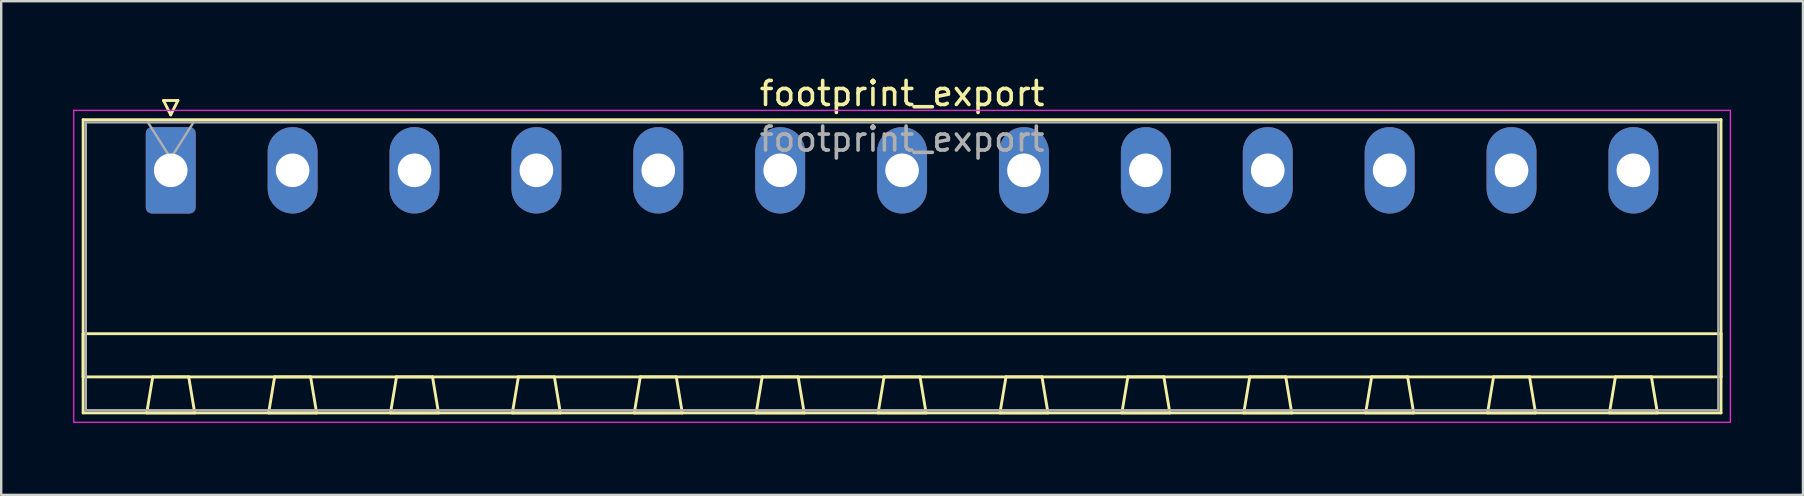
<source format=kicad_pcb>
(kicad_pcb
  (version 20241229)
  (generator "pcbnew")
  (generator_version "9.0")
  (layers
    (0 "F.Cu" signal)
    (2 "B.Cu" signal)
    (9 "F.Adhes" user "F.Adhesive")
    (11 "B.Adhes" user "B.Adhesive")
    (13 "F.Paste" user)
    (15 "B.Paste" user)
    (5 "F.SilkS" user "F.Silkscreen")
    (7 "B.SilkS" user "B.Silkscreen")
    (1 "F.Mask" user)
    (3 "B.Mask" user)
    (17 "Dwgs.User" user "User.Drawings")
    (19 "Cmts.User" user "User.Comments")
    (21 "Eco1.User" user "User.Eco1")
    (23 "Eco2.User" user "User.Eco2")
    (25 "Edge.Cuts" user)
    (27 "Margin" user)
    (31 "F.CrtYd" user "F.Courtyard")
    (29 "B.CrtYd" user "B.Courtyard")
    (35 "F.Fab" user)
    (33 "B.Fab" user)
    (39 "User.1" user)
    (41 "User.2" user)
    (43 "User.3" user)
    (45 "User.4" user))
  (footprint "footprint_export"
    (layer "F.Cu")
    (at 4.065 4.048)
    (property "Reference" "footprint_export" (at 30.48 -3.2 0) (layer "F.SilkS") (effects (font (size 1 1) (thickness 0.15))))
    (attr through_hole)
    (fp_line (start -3.65 -2.11) (end -3.65 10.11) (stroke (width 0.12) (type solid)) (layer "F.SilkS"))
    (fp_line (start -3.65 6.81) (end 64.61 6.81) (stroke (width 0.12) (type solid)) (layer "F.SilkS"))
    (fp_line (start -3.65 8.61) (end -3.65 6.81) (stroke (width 0.12) (type solid)) (layer "F.SilkS"))
    (fp_line (start -3.65 10.11) (end 64.61 10.11) (stroke (width 0.12) (type solid)) (layer "F.SilkS"))
    (fp_line (start -1 10.11) (end 1 10.11) (stroke (width 0.12) (type solid)) (layer "F.SilkS"))
    (fp_line (start -0.75 8.61) (end -1 10.11) (stroke (width 0.12) (type solid)) (layer "F.SilkS"))
    (fp_line (start -0.3 -2.91) (end 0.3 -2.91) (stroke (width 0.12) (type solid)) (layer "F.SilkS"))
    (fp_line (start 0 -2.31) (end -0.3 -2.91) (stroke (width 0.12) (type solid)) (layer "F.SilkS"))
    (fp_line (start 0.3 -2.91) (end 0 -2.31) (stroke (width 0.12) (type solid)) (layer "F.SilkS"))
    (fp_line (start 0.75 8.61) (end -0.75 8.61) (stroke (width 0.12) (type solid)) (layer "F.SilkS"))
    (fp_line (start 1 10.11) (end 0.75 8.61) (stroke (width 0.12) (type solid)) (layer "F.SilkS"))
    (fp_line (start 4.08 10.11) (end 6.08 10.11) (stroke (width 0.12) (type solid)) (layer "F.SilkS"))
    (fp_line (start 4.33 8.61) (end 4.08 10.11) (stroke (width 0.12) (type solid)) (layer "F.SilkS"))
    (fp_line (start 5.83 8.61) (end 4.33 8.61) (stroke (width 0.12) (type solid)) (layer "F.SilkS"))
    (fp_line (start 6.08 10.11) (end 5.83 8.61) (stroke (width 0.12) (type solid)) (layer "F.SilkS"))
    (fp_line (start 9.16 10.11) (end 11.16 10.11) (stroke (width 0.12) (type solid)) (layer "F.SilkS"))
    (fp_line (start 9.41 8.61) (end 9.16 10.11) (stroke (width 0.12) (type solid)) (layer "F.SilkS"))
    (fp_line (start 10.91 8.61) (end 9.41 8.61) (stroke (width 0.12) (type solid)) (layer "F.SilkS"))
    (fp_line (start 11.16 10.11) (end 10.91 8.61) (stroke (width 0.12) (type solid)) (layer "F.SilkS"))
    (fp_line (start 14.24 10.11) (end 16.24 10.11) (stroke (width 0.12) (type solid)) (layer "F.SilkS"))
    (fp_line (start 14.49 8.61) (end 14.24 10.11) (stroke (width 0.12) (type solid)) (layer "F.SilkS"))
    (fp_line (start 15.99 8.61) (end 14.49 8.61) (stroke (width 0.12) (type solid)) (layer "F.SilkS"))
    (fp_line (start 16.24 10.11) (end 15.99 8.61) (stroke (width 0.12) (type solid)) (layer "F.SilkS"))
    (fp_line (start 19.32 10.11) (end 21.32 10.11) (stroke (width 0.12) (type solid)) (layer "F.SilkS"))
    (fp_line (start 19.57 8.61) (end 19.32 10.11) (stroke (width 0.12) (type solid)) (layer "F.SilkS"))
    (fp_line (start 21.07 8.61) (end 19.57 8.61) (stroke (width 0.12) (type solid)) (layer "F.SilkS"))
    (fp_line (start 21.32 10.11) (end 21.07 8.61) (stroke (width 0.12) (type solid)) (layer "F.SilkS"))
    (fp_line (start 24.4 10.11) (end 26.4 10.11) (stroke (width 0.12) (type solid)) (layer "F.SilkS"))
    (fp_line (start 24.65 8.61) (end 24.4 10.11) (stroke (width 0.12) (type solid)) (layer "F.SilkS"))
    (fp_line (start 26.15 8.61) (end 24.65 8.61) (stroke (width 0.12) (type solid)) (layer "F.SilkS"))
    (fp_line (start 26.4 10.11) (end 26.15 8.61) (stroke (width 0.12) (type solid)) (layer "F.SilkS"))
    (fp_line (start 29.48 10.11) (end 31.48 10.11) (stroke (width 0.12) (type solid)) (layer "F.SilkS"))
    (fp_line (start 29.73 8.61) (end 29.48 10.11) (stroke (width 0.12) (type solid)) (layer "F.SilkS"))
    (fp_line (start 31.23 8.61) (end 29.73 8.61) (stroke (width 0.12) (type solid)) (layer "F.SilkS"))
    (fp_line (start 31.48 10.11) (end 31.23 8.61) (stroke (width 0.12) (type solid)) (layer "F.SilkS"))
    (fp_line (start 34.56 10.11) (end 36.56 10.11) (stroke (width 0.12) (type solid)) (layer "F.SilkS"))
    (fp_line (start 34.81 8.61) (end 34.56 10.11) (stroke (width 0.12) (type solid)) (layer "F.SilkS"))
    (fp_line (start 36.31 8.61) (end 34.81 8.61) (stroke (width 0.12) (type solid)) (layer "F.SilkS"))
    (fp_line (start 36.56 10.11) (end 36.31 8.61) (stroke (width 0.12) (type solid)) (layer "F.SilkS"))
    (fp_line (start 39.64 10.11) (end 41.64 10.11) (stroke (width 0.12) (type solid)) (layer "F.SilkS"))
    (fp_line (start 39.89 8.61) (end 39.64 10.11) (stroke (width 0.12) (type solid)) (layer "F.SilkS"))
    (fp_line (start 41.39 8.61) (end 39.89 8.61) (stroke (width 0.12) (type solid)) (layer "F.SilkS"))
    (fp_line (start 41.64 10.11) (end 41.39 8.61) (stroke (width 0.12) (type solid)) (layer "F.SilkS"))
    (fp_line (start 44.72 10.11) (end 46.72 10.11) (stroke (width 0.12) (type solid)) (layer "F.SilkS"))
    (fp_line (start 44.97 8.61) (end 44.72 10.11) (stroke (width 0.12) (type solid)) (layer "F.SilkS"))
    (fp_line (start 46.47 8.61) (end 44.97 8.61) (stroke (width 0.12) (type solid)) (layer "F.SilkS"))
    (fp_line (start 46.72 10.11) (end 46.47 8.61) (stroke (width 0.12) (type solid)) (layer "F.SilkS"))
    (fp_line (start 49.8 10.11) (end 51.8 10.11) (stroke (width 0.12) (type solid)) (layer "F.SilkS"))
    (fp_line (start 50.05 8.61) (end 49.8 10.11) (stroke (width 0.12) (type solid)) (layer "F.SilkS"))
    (fp_line (start 51.55 8.61) (end 50.05 8.61) (stroke (width 0.12) (type solid)) (layer "F.SilkS"))
    (fp_line (start 51.8 10.11) (end 51.55 8.61) (stroke (width 0.12) (type solid)) (layer "F.SilkS"))
    (fp_line (start 54.88 10.11) (end 56.88 10.11) (stroke (width 0.12) (type solid)) (layer "F.SilkS"))
    (fp_line (start 55.13 8.61) (end 54.88 10.11) (stroke (width 0.12) (type solid)) (layer "F.SilkS"))
    (fp_line (start 56.63 8.61) (end 55.13 8.61) (stroke (width 0.12) (type solid)) (layer "F.SilkS"))
    (fp_line (start 56.88 10.11) (end 56.63 8.61) (stroke (width 0.12) (type solid)) (layer "F.SilkS"))
    (fp_line (start 59.96 10.11) (end 61.96 10.11) (stroke (width 0.12) (type solid)) (layer "F.SilkS"))
    (fp_line (start 60.21 8.61) (end 59.96 10.11) (stroke (width 0.12) (type solid)) (layer "F.SilkS"))
    (fp_line (start 61.71 8.61) (end 60.21 8.61) (stroke (width 0.12) (type solid)) (layer "F.SilkS"))
    (fp_line (start 61.96 10.11) (end 61.71 8.61) (stroke (width 0.12) (type solid)) (layer "F.SilkS"))
    (fp_line (start 64.61 -2.11) (end -3.65 -2.11) (stroke (width 0.12) (type solid)) (layer "F.SilkS"))
    (fp_line (start 64.61 6.81) (end 64.61 8.61) (stroke (width 0.12) (type solid)) (layer "F.SilkS"))
    (fp_line (start 64.61 8.61) (end -3.65 8.61) (stroke (width 0.12) (type solid)) (layer "F.SilkS"))
    (fp_line (start 64.61 10.11) (end 64.61 -2.11) (stroke (width 0.12) (type solid)) (layer "F.SilkS"))
    (fp_line (start -4.04 -2.5) (end -4.04 10.5) (stroke (width 0.05) (type solid)) (layer "F.CrtYd"))
    (fp_line (start -4.04 10.5) (end 65 10.5) (stroke (width 0.05) (type solid)) (layer "F.CrtYd"))
    (fp_line (start 65 -2.5) (end -4.04 -2.5) (stroke (width 0.05) (type solid)) (layer "F.CrtYd"))
    (fp_line (start 65 10.5) (end 65 -2.5) (stroke (width 0.05) (type solid)) (layer "F.CrtYd"))
    (fp_line (start -3.54 -2) (end -3.54 10) (stroke (width 0.1) (type solid)) (layer "F.Fab"))
    (fp_line (start -3.54 10) (end 64.5 10) (stroke (width 0.1) (type solid)) (layer "F.Fab"))
    (fp_line (start 0 -0.5) (end -0.95 -2) (stroke (width 0.1) (type solid)) (layer "F.Fab"))
    (fp_line (start 0.95 -2) (end 0 -0.5) (stroke (width 0.1) (type solid)) (layer "F.Fab"))
    (fp_line (start 64.5 -2) (end -3.54 -2) (stroke (width 0.1) (type solid)) (layer "F.Fab"))
    (fp_line (start 64.5 10) (end 64.5 -2) (stroke (width 0.1) (type solid)) (layer "F.Fab"))
    (fp_text user "${REFERENCE}" (at 30.48 -1.3 0) (layer "F.Fab") (effects (font (size 1 1) (thickness 0.15))))
    (pad "1" thru_hole roundrect (at 0 0) (size 2.08 3.6) (drill 1.4) (layers "*.Cu" "*.Mask") (roundrect_rratio 0.12))
    (pad "2" thru_hole oval (at 5.08 0) (size 2.08 3.6) (drill 1.4) (layers "*.Cu" "*.Mask"))
    (pad "3" thru_hole oval (at 10.16 0) (size 2.08 3.6) (drill 1.4) (layers "*.Cu" "*.Mask"))
    (pad "4" thru_hole oval (at 15.24 0) (size 2.08 3.6) (drill 1.4) (layers "*.Cu" "*.Mask"))
    (pad "5" thru_hole oval (at 20.32 0) (size 2.08 3.6) (drill 1.4) (layers "*.Cu" "*.Mask"))
    (pad "6" thru_hole oval (at 25.4 0) (size 2.08 3.6) (drill 1.4) (layers "*.Cu" "*.Mask"))
    (pad "7" thru_hole oval (at 30.48 0) (size 2.08 3.6) (drill 1.4) (layers "*.Cu" "*.Mask"))
    (pad "8" thru_hole oval (at 35.56 0) (size 2.08 3.6) (drill 1.4) (layers "*.Cu" "*.Mask"))
    (pad "9" thru_hole oval (at 40.64 0) (size 2.08 3.6) (drill 1.4) (layers "*.Cu" "*.Mask"))
    (pad "10" thru_hole oval (at 45.72 0) (size 2.08 3.6) (drill 1.4) (layers "*.Cu" "*.Mask"))
    (pad "11" thru_hole oval (at 50.8 0) (size 2.08 3.6) (drill 1.4) (layers "*.Cu" "*.Mask"))
    (pad "12" thru_hole oval (at 55.88 0) (size 2.08 3.6) (drill 1.4) (layers "*.Cu" "*.Mask"))
    (pad "13" thru_hole oval (at 60.96 0) (size 2.08 3.6) (drill 1.4) (layers "*.Cu" "*.Mask")))
  (gr_rect
    (start -3 -3)
    (end 72.09 17.573)
    (stroke (width 0.1) (type default))
    (fill no)
    (layer "Edge.Cuts")))
</source>
